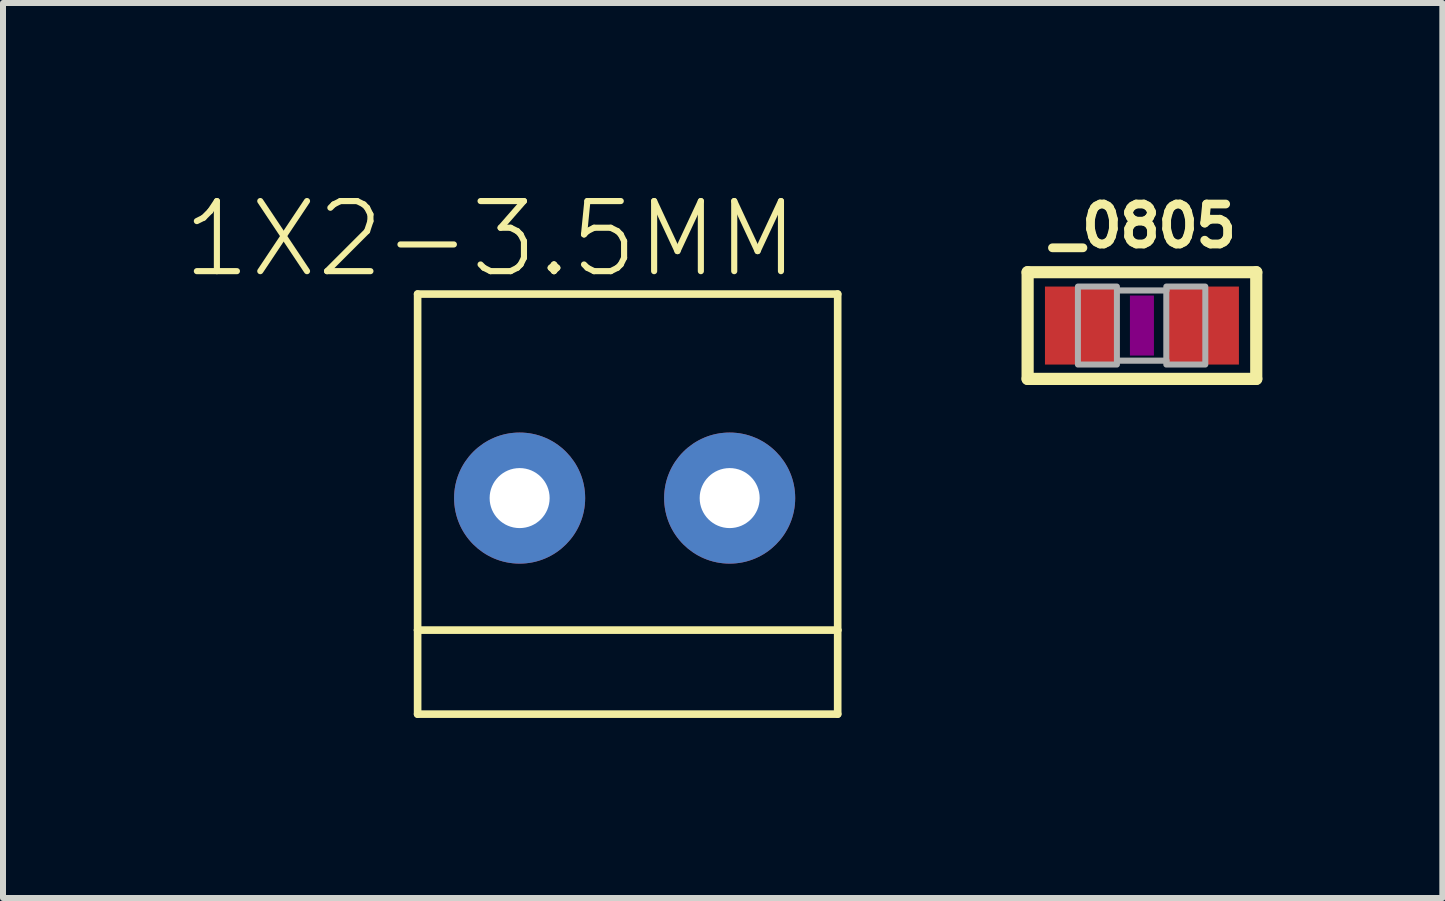
<source format=kicad_pcb>
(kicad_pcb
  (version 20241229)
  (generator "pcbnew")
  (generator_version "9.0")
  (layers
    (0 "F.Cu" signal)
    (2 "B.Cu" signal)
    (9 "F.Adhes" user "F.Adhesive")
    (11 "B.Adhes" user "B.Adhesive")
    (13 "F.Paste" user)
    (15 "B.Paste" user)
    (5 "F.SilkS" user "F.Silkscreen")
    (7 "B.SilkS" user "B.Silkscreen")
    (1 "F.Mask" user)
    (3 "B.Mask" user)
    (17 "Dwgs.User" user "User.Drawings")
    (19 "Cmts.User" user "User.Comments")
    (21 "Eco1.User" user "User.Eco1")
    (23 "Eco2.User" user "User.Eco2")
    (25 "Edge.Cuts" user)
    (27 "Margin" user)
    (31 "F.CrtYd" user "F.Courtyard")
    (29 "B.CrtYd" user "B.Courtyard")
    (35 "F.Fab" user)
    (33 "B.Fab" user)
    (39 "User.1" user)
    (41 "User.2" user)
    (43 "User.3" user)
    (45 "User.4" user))
  (footprint "1X2-3.5MM"
    (layer "F.Cu")
    (at 7.309 5.25)
    (property "Reference" "1X2-3.5MM" (at 3 -5 0) (layer "F.SilkS") (effects (font (size 1.168 1.168) (thickness 0.102)) (justify right top)))
    (fp_line (start -3.4 -3.4) (end -3.4 2.2) (stroke (width 0.127) (type solid)) (layer "F.SilkS"))
    (fp_line (start -3.4 2.2) (end -3.4 3.6) (stroke (width 0.127) (type solid)) (layer "F.SilkS"))
    (fp_line (start -3.4 2.2) (end 3.6 2.2) (stroke (width 0.127) (type solid)) (layer "F.SilkS"))
    (fp_line (start -3.4 3.6) (end 3.6 3.6) (stroke (width 0.127) (type solid)) (layer "F.SilkS"))
    (fp_line (start 3.6 -3.4) (end -3.4 -3.4) (stroke (width 0.127) (type solid)) (layer "F.SilkS"))
    (fp_line (start 3.6 2.2) (end 3.6 -3.4) (stroke (width 0.127) (type solid)) (layer "F.SilkS"))
    (fp_line (start 3.6 3.6) (end 3.6 2.2) (stroke (width 0.127) (type solid)) (layer "F.SilkS"))
    (pad "1" thru_hole circle (at 1.8 0) (size 2.184 2.184) (drill 1) (layers "*.Cu" "*.Mask"))
    (pad "2" thru_hole circle (at -1.7 0) (size 2.184 2.184) (drill 1) (layers "*.Cu" "*.Mask")))
  (footprint "_0805"
    (layer "F.Cu")
    (at 15.979 2.375)
    (property "Reference" "_0805" (at -1.587 -1.27 0) (layer "F.SilkS") (effects (font (size 0.666 0.666) (thickness 0.146)) (justify left bottom)))
    (fp_line (start -1.905 -0.889) (end 1.905 -0.889) (stroke (width 0.203) (type solid)) (layer "F.SilkS"))
    (fp_line (start -1.905 0.889) (end -1.905 -0.889) (stroke (width 0.203) (type solid)) (layer "F.SilkS"))
    (fp_line (start 1.905 -0.889) (end 1.905 0.889) (stroke (width 0.203) (type solid)) (layer "F.SilkS"))
    (fp_line (start 1.905 0.889) (end -1.905 0.889) (stroke (width 0.203) (type solid)) (layer "F.SilkS"))
    (fp_poly (pts (xy -0.2 0.5) (xy 0.2 0.5) (xy 0.2 -0.5) (xy -0.2 -0.5)) (stroke (width 0) (type default)) (fill yes) (layer "F.Adhes"))
    (fp_line (start -0.41 -0.585) (end 0.41 -0.585) (stroke (width 0.102) (type solid)) (layer "F.Fab"))
    (fp_line (start -0.41 0.585) (end 0.41 0.585) (stroke (width 0.102) (type solid)) (layer "F.Fab"))
    (fp_poly (pts (xy -1.067 0.65) (xy -0.417 0.65) (xy -0.417 -0.65) (xy -1.067 -0.65)) (stroke (width 0.1) (type default)) (fill no) (layer "F.Fab"))
    (fp_poly (pts (xy 0.406 0.65) (xy 1.056 0.65) (xy 1.056 -0.65) (xy 0.406 -0.65)) (stroke (width 0.1) (type default)) (fill no) (layer "F.Fab"))
    (pad "1" smd rect (at -1.016 0) (size 1.2 1.3) (layers "F.Cu" "F.Mask" "F.Paste"))
    (pad "2" smd rect (at 1.016 0) (size 1.2 1.3) (layers "F.Cu" "F.Mask" "F.Paste")))
  (gr_rect
    (start -3 -3)
    (end 20.985 11.914)
    (stroke (width 0.1) (type default))
    (fill no)
    (layer "Edge.Cuts")))
</source>
